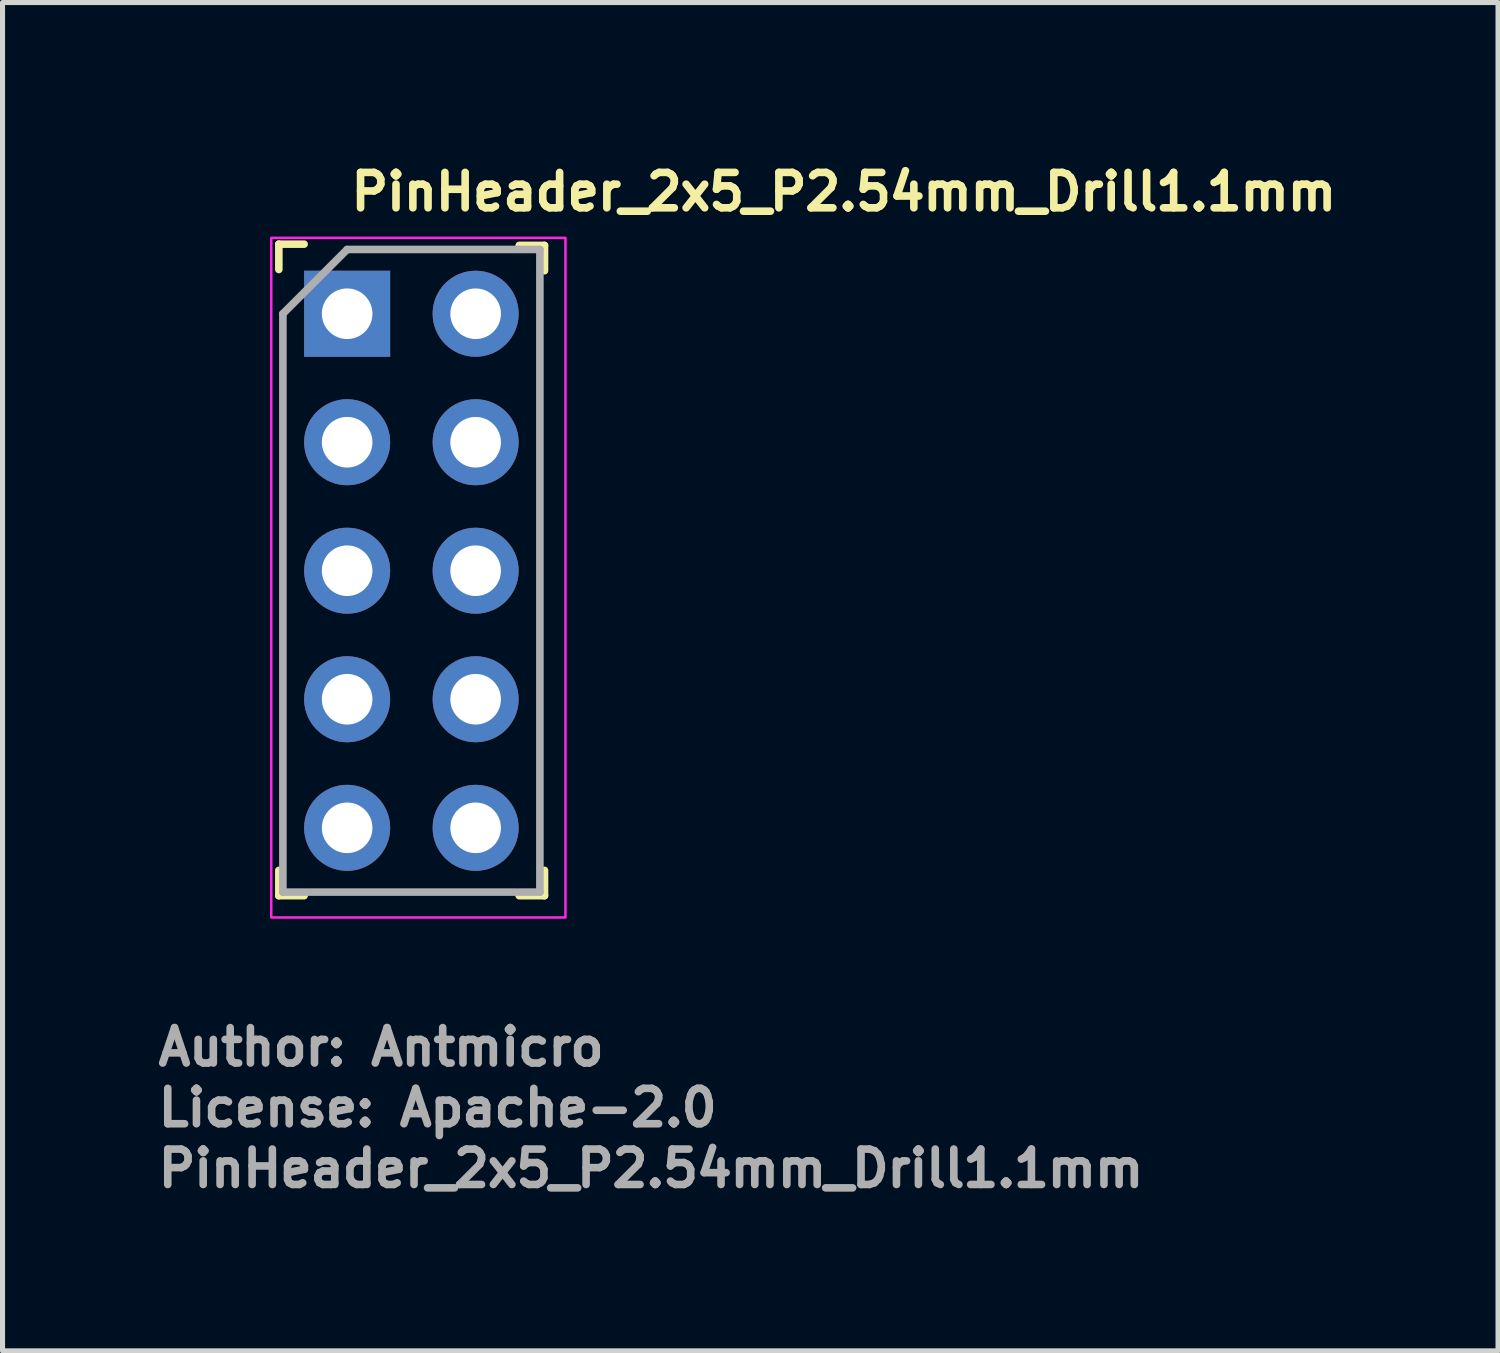
<source format=kicad_pcb>
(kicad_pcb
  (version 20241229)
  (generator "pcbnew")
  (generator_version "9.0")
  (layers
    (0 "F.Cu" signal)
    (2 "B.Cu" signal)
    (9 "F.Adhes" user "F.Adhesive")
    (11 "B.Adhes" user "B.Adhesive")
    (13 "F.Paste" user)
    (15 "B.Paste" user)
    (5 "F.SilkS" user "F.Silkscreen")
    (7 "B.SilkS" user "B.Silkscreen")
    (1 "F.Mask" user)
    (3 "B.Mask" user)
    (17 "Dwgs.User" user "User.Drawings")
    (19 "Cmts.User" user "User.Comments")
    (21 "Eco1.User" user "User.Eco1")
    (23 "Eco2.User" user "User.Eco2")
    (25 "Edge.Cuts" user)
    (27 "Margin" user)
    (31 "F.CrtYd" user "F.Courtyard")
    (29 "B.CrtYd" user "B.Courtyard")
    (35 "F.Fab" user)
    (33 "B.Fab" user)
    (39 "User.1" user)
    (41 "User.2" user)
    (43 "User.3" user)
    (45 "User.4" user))
  (footprint "PinHeader_2x5_P2.54mm_Drill1.1mm"
    (layer "F.Cu")
    (at 3.81 3.15)
    (property "Reference" "PinHeader_2x5_P2.54mm_Drill1.1mm" (at 0 -2 0) (layer "F.SilkS") (effects (font (size 0.7 0.7) (thickness 0.15)) (justify left bottom)))
    (attr through_hole)
    (fp_line (start -1.35 -1.375) (end -1.35 -0.875) (stroke (width 0.15) (type solid)) (layer "F.SilkS"))
    (fp_line (start -1.35 -1.375) (end -0.85 -1.375) (stroke (width 0.15) (type solid)) (layer "F.SilkS"))
    (fp_line (start -1.35 11.5) (end -1.35 11) (stroke (width 0.15) (type solid)) (layer "F.SilkS"))
    (fp_line (start -1.35 11.5) (end -0.85 11.5) (stroke (width 0.15) (type solid)) (layer "F.SilkS"))
    (fp_line (start 3.9 -1.35) (end 3.4 -1.35) (stroke (width 0.15) (type solid)) (layer "F.SilkS"))
    (fp_line (start 3.9 -1.35) (end 3.9 -0.85) (stroke (width 0.15) (type solid)) (layer "F.SilkS"))
    (fp_line (start 3.9 11.5) (end 3.4 11.5) (stroke (width 0.15) (type solid)) (layer "F.SilkS"))
    (fp_line (start 3.9 11.5) (end 3.9 11) (stroke (width 0.15) (type solid)) (layer "F.SilkS"))
    (fp_rect (start -1.5 -1.5) (end 4.314 11.93) (stroke (width 0.05) (type solid)) (fill no) (layer "F.CrtYd"))
    (fp_line (start -1.27 0) (end 0 -1.27) (stroke (width 0.15) (type solid)) (layer "F.Fab"))
    (fp_line (start -1.27 11.429) (end -1.27 0) (stroke (width 0.15) (type solid)) (layer "F.Fab"))
    (fp_line (start 0 -1.27) (end 3.809 -1.27) (stroke (width 0.15) (type solid)) (layer "F.Fab"))
    (fp_line (start 3.809 -1.27) (end 3.809 11.429) (stroke (width 0.15) (type solid)) (layer "F.Fab"))
    (fp_line (start 3.809 11.429) (end -1.27 11.429) (stroke (width 0.15) (type solid)) (layer "F.Fab"))
    (fp_rect (start -1.265 -1.27) (end 3.814 11.43) (stroke (width 0.1) (type solid)) (fill no) (layer "User.5"))
    (fp_line (start -1.265 -1.02) (end -1.265 1.02) (stroke (width 0.02) (type solid)) (layer "User.9"))
    (fp_line (start -1.265 -1.02) (end -0.765 -1.27) (stroke (width 0.02) (type solid)) (layer "User.9"))
    (fp_line (start -1.265 1.52) (end -1.265 3.559) (stroke (width 0.02) (type solid)) (layer "User.9"))
    (fp_line (start -1.265 1.52) (end -0.765 1.27) (stroke (width 0.02) (type solid)) (layer "User.9"))
    (fp_line (start -1.265 4.059) (end -1.265 6.099) (stroke (width 0.02) (type solid)) (layer "User.9"))
    (fp_line (start -1.265 4.059) (end -0.765 3.809) (stroke (width 0.02) (type solid)) (layer "User.9"))
    (fp_line (start -1.265 6.599) (end -1.265 8.64) (stroke (width 0.02) (type solid)) (layer "User.9"))
    (fp_line (start -1.265 6.599) (end -0.765 6.349) (stroke (width 0.02) (type solid)) (layer "User.9"))
    (fp_line (start -1.265 9.14) (end -1.265 11.18) (stroke (width 0.02) (type solid)) (layer "User.9"))
    (fp_line (start -1.265 9.14) (end -0.765 8.89) (stroke (width 0.02) (type solid)) (layer "User.9"))
    (fp_line (start -0.765 1.27) (end -1.265 1.02) (stroke (width 0.02) (type solid)) (layer "User.9"))
    (fp_line (start -0.765 3.809) (end -1.265 3.559) (stroke (width 0.02) (type solid)) (layer "User.9"))
    (fp_line (start -0.765 6.349) (end -1.265 6.099) (stroke (width 0.02) (type solid)) (layer "User.9"))
    (fp_line (start -0.765 8.89) (end -1.265 8.64) (stroke (width 0.02) (type solid)) (layer "User.9"))
    (fp_line (start -0.765 11.43) (end -1.265 11.18) (stroke (width 0.02) (type solid)) (layer "User.9"))
    (fp_line (start -0.315 -0.32) (end 0.323 -0.32) (stroke (width 0.02) (type solid)) (layer "User.9"))
    (fp_line (start -0.315 0.321) (end -0.315 -0.32) (stroke (width 0.02) (type solid)) (layer "User.9"))
    (fp_line (start -0.315 0.321) (end -0.116 0.119) (stroke (width 0.02) (type solid)) (layer "User.9"))
    (fp_line (start -0.315 2.22) (end 0.323 2.22) (stroke (width 0.02) (type solid)) (layer "User.9"))
    (fp_line (start -0.315 2.858) (end -0.315 2.22) (stroke (width 0.02) (type solid)) (layer "User.9"))
    (fp_line (start -0.315 2.858) (end -0.116 2.66) (stroke (width 0.02) (type solid)) (layer "User.9"))
    (fp_line (start -0.315 4.76) (end 0.323 4.76) (stroke (width 0.02) (type solid)) (layer "User.9"))
    (fp_line (start -0.315 5.401) (end -0.315 4.76) (stroke (width 0.02) (type solid)) (layer "User.9"))
    (fp_line (start -0.315 5.401) (end -0.116 5.2) (stroke (width 0.02) (type solid)) (layer "User.9"))
    (fp_line (start -0.315 7.3) (end 0.323 7.3) (stroke (width 0.02) (type solid)) (layer "User.9"))
    (fp_line (start -0.315 7.941) (end -0.315 7.3) (stroke (width 0.02) (type solid)) (layer "User.9"))
    (fp_line (start -0.315 7.941) (end -0.116 7.74) (stroke (width 0.02) (type solid)) (layer "User.9"))
    (fp_line (start -0.315 9.839) (end 0.323 9.839) (stroke (width 0.02) (type solid)) (layer "User.9"))
    (fp_line (start -0.315 10.48) (end -0.315 9.839) (stroke (width 0.02) (type solid)) (layer "User.9"))
    (fp_line (start -0.315 10.48) (end -0.116 10.278) (stroke (width 0.02) (type solid)) (layer "User.9"))
    (fp_line (start -0.116 -0.119) (end -0.315 -0.32) (stroke (width 0.02) (type solid)) (layer "User.9"))
    (fp_line (start -0.116 -0.119) (end -0.116 0.119) (stroke (width 0.02) (type solid)) (layer "User.9"))
    (fp_line (start -0.116 0.119) (end 0.125 0.119) (stroke (width 0.02) (type solid)) (layer "User.9"))
    (fp_line (start -0.116 2.418) (end -0.315 2.22) (stroke (width 0.02) (type solid)) (layer "User.9"))
    (fp_line (start -0.116 2.418) (end -0.116 2.66) (stroke (width 0.02) (type solid)) (layer "User.9"))
    (fp_line (start -0.116 2.66) (end 0.125 2.66) (stroke (width 0.02) (type solid)) (layer "User.9"))
    (fp_line (start -0.116 4.96) (end -0.315 4.76) (stroke (width 0.02) (type solid)) (layer "User.9"))
    (fp_line (start -0.116 4.96) (end -0.116 5.2) (stroke (width 0.02) (type solid)) (layer "User.9"))
    (fp_line (start -0.116 5.2) (end 0.125 5.2) (stroke (width 0.02) (type solid)) (layer "User.9"))
    (fp_line (start -0.116 7.5) (end -0.315 7.3) (stroke (width 0.02) (type solid)) (layer "User.9"))
    (fp_line (start -0.116 7.5) (end -0.116 7.74) (stroke (width 0.02) (type solid)) (layer "User.9"))
    (fp_line (start -0.116 7.74) (end 0.125 7.74) (stroke (width 0.02) (type solid)) (layer "User.9"))
    (fp_line (start -0.116 10.039) (end -0.315 9.839) (stroke (width 0.02) (type solid)) (layer "User.9"))
    (fp_line (start -0.116 10.039) (end -0.116 10.278) (stroke (width 0.02) (type solid)) (layer "User.9"))
    (fp_line (start -0.116 10.278) (end 0.125 10.278) (stroke (width 0.02) (type solid)) (layer "User.9"))
    (fp_line (start 0.125 -0.119) (end -0.116 -0.119) (stroke (width 0.02) (type solid)) (layer "User.9"))
    (fp_line (start 0.125 -0.119) (end 0.323 -0.32) (stroke (width 0.02) (type solid)) (layer "User.9"))
    (fp_line (start 0.125 0.119) (end 0.125 -0.119) (stroke (width 0.02) (type solid)) (layer "User.9"))
    (fp_line (start 0.125 0.119) (end 0.323 0.321) (stroke (width 0.02) (type solid)) (layer "User.9"))
    (fp_line (start 0.125 2.418) (end -0.116 2.418) (stroke (width 0.02) (type solid)) (layer "User.9"))
    (fp_line (start 0.125 2.418) (end 0.323 2.22) (stroke (width 0.02) (type solid)) (layer "User.9"))
    (fp_line (start 0.125 2.66) (end 0.125 2.418) (stroke (width 0.02) (type solid)) (layer "User.9"))
    (fp_line (start 0.125 2.66) (end 0.323 2.858) (stroke (width 0.02) (type solid)) (layer "User.9"))
    (fp_line (start 0.125 4.96) (end -0.116 4.96) (stroke (width 0.02) (type solid)) (layer "User.9"))
    (fp_line (start 0.125 4.96) (end 0.323 4.76) (stroke (width 0.02) (type solid)) (layer "User.9"))
    (fp_line (start 0.125 5.2) (end 0.125 4.96) (stroke (width 0.02) (type solid)) (layer "User.9"))
    (fp_line (start 0.125 5.2) (end 0.323 5.401) (stroke (width 0.02) (type solid)) (layer "User.9"))
    (fp_line (start 0.125 7.5) (end -0.116 7.5) (stroke (width 0.02) (type solid)) (layer "User.9"))
    (fp_line (start 0.125 7.5) (end 0.323 7.3) (stroke (width 0.02) (type solid)) (layer "User.9"))
    (fp_line (start 0.125 7.74) (end 0.125 7.5) (stroke (width 0.02) (type solid)) (layer "User.9"))
    (fp_line (start 0.125 7.74) (end 0.323 7.941) (stroke (width 0.02) (type solid)) (layer "User.9"))
    (fp_line (start 0.125 10.039) (end -0.116 10.039) (stroke (width 0.02) (type solid)) (layer "User.9"))
    (fp_line (start 0.125 10.039) (end 0.323 9.839) (stroke (width 0.02) (type solid)) (layer "User.9"))
    (fp_line (start 0.125 10.278) (end 0.125 10.039) (stroke (width 0.02) (type solid)) (layer "User.9"))
    (fp_line (start 0.125 10.278) (end 0.323 10.48) (stroke (width 0.02) (type solid)) (layer "User.9"))
    (fp_line (start 0.323 -0.32) (end 0.323 0.321) (stroke (width 0.02) (type solid)) (layer "User.9"))
    (fp_line (start 0.323 0.321) (end -0.315 0.321) (stroke (width 0.02) (type solid)) (layer "User.9"))
    (fp_line (start 0.323 2.22) (end 0.323 2.858) (stroke (width 0.02) (type solid)) (layer "User.9"))
    (fp_line (start 0.323 2.858) (end -0.315 2.858) (stroke (width 0.02) (type solid)) (layer "User.9"))
    (fp_line (start 0.323 4.76) (end 0.323 5.401) (stroke (width 0.02) (type solid)) (layer "User.9"))
    (fp_line (start 0.323 5.401) (end -0.315 5.401) (stroke (width 0.02) (type solid)) (layer "User.9"))
    (fp_line (start 0.323 7.3) (end 0.323 7.941) (stroke (width 0.02) (type solid)) (layer "User.9"))
    (fp_line (start 0.323 7.941) (end -0.315 7.941) (stroke (width 0.02) (type solid)) (layer "User.9"))
    (fp_line (start 0.323 9.839) (end 0.323 10.48) (stroke (width 0.02) (type solid)) (layer "User.9"))
    (fp_line (start 0.323 10.48) (end -0.315 10.48) (stroke (width 0.02) (type solid)) (layer "User.9"))
    (fp_line (start 2.225 -0.32) (end 2.865 -0.32) (stroke (width 0.02) (type solid)) (layer "User.9"))
    (fp_line (start 2.225 0.321) (end 2.225 -0.32) (stroke (width 0.02) (type solid)) (layer "User.9"))
    (fp_line (start 2.225 0.321) (end 2.425 0.119) (stroke (width 0.02) (type solid)) (layer "User.9"))
    (fp_line (start 2.225 2.22) (end 2.865 2.22) (stroke (width 0.02) (type solid)) (layer "User.9"))
    (fp_line (start 2.225 2.858) (end 2.225 2.22) (stroke (width 0.02) (type solid)) (layer "User.9"))
    (fp_line (start 2.225 2.858) (end 2.425 2.66) (stroke (width 0.02) (type solid)) (layer "User.9"))
    (fp_line (start 2.225 4.76) (end 2.865 4.76) (stroke (width 0.02) (type solid)) (layer "User.9"))
    (fp_line (start 2.225 5.401) (end 2.225 4.76) (stroke (width 0.02) (type solid)) (layer "User.9"))
    (fp_line (start 2.225 5.401) (end 2.425 5.2) (stroke (width 0.02) (type solid)) (layer "User.9"))
    (fp_line (start 2.225 7.3) (end 2.865 7.3) (stroke (width 0.02) (type solid)) (layer "User.9"))
    (fp_line (start 2.225 7.941) (end 2.225 7.3) (stroke (width 0.02) (type solid)) (layer "User.9"))
    (fp_line (start 2.225 7.941) (end 2.425 7.74) (stroke (width 0.02) (type solid)) (layer "User.9"))
    (fp_line (start 2.225 9.839) (end 2.865 9.839) (stroke (width 0.02) (type solid)) (layer "User.9"))
    (fp_line (start 2.225 10.48) (end 2.225 9.839) (stroke (width 0.02) (type solid)) (layer "User.9"))
    (fp_line (start 2.225 10.48) (end 2.425 10.278) (stroke (width 0.02) (type solid)) (layer "User.9"))
    (fp_line (start 2.425 -0.119) (end 2.225 -0.32) (stroke (width 0.02) (type solid)) (layer "User.9"))
    (fp_line (start 2.425 -0.119) (end 2.425 0.119) (stroke (width 0.02) (type solid)) (layer "User.9"))
    (fp_line (start 2.425 0.119) (end 2.664 0.119) (stroke (width 0.02) (type solid)) (layer "User.9"))
    (fp_line (start 2.425 2.418) (end 2.225 2.22) (stroke (width 0.02) (type solid)) (layer "User.9"))
    (fp_line (start 2.425 2.418) (end 2.425 2.66) (stroke (width 0.02) (type solid)) (layer "User.9"))
    (fp_line (start 2.425 2.66) (end 2.664 2.66) (stroke (width 0.02) (type solid)) (layer "User.9"))
    (fp_line (start 2.425 4.96) (end 2.225 4.76) (stroke (width 0.02) (type solid)) (layer "User.9"))
    (fp_line (start 2.425 4.96) (end 2.425 5.2) (stroke (width 0.02) (type solid)) (layer "User.9"))
    (fp_line (start 2.425 5.2) (end 2.664 5.2) (stroke (width 0.02) (type solid)) (layer "User.9"))
    (fp_line (start 2.425 7.5) (end 2.225 7.3) (stroke (width 0.02) (type solid)) (layer "User.9"))
    (fp_line (start 2.425 7.5) (end 2.425 7.74) (stroke (width 0.02) (type solid)) (layer "User.9"))
    (fp_line (start 2.425 7.74) (end 2.664 7.74) (stroke (width 0.02) (type solid)) (layer "User.9"))
    (fp_line (start 2.425 10.039) (end 2.225 9.839) (stroke (width 0.02) (type solid)) (layer "User.9"))
    (fp_line (start 2.425 10.039) (end 2.425 10.278) (stroke (width 0.02) (type solid)) (layer "User.9"))
    (fp_line (start 2.425 10.278) (end 2.664 10.278) (stroke (width 0.02) (type solid)) (layer "User.9"))
    (fp_line (start 2.664 -0.119) (end 2.425 -0.119) (stroke (width 0.02) (type solid)) (layer "User.9"))
    (fp_line (start 2.664 -0.119) (end 2.865 -0.32) (stroke (width 0.02) (type solid)) (layer "User.9"))
    (fp_line (start 2.664 0.119) (end 2.664 -0.119) (stroke (width 0.02) (type solid)) (layer "User.9"))
    (fp_line (start 2.664 0.119) (end 2.865 0.321) (stroke (width 0.02) (type solid)) (layer "User.9"))
    (fp_line (start 2.664 2.418) (end 2.425 2.418) (stroke (width 0.02) (type solid)) (layer "User.9"))
    (fp_line (start 2.664 2.418) (end 2.865 2.22) (stroke (width 0.02) (type solid)) (layer "User.9"))
    (fp_line (start 2.664 2.66) (end 2.664 2.418) (stroke (width 0.02) (type solid)) (layer "User.9"))
    (fp_line (start 2.664 2.66) (end 2.865 2.858) (stroke (width 0.02) (type solid)) (layer "User.9"))
    (fp_line (start 2.664 4.96) (end 2.425 4.96) (stroke (width 0.02) (type solid)) (layer "User.9"))
    (fp_line (start 2.664 4.96) (end 2.865 4.76) (stroke (width 0.02) (type solid)) (layer "User.9"))
    (fp_line (start 2.664 5.2) (end 2.664 4.96) (stroke (width 0.02) (type solid)) (layer "User.9"))
    (fp_line (start 2.664 5.2) (end 2.865 5.401) (stroke (width 0.02) (type solid)) (layer "User.9"))
    (fp_line (start 2.664 7.5) (end 2.425 7.5) (stroke (width 0.02) (type solid)) (layer "User.9"))
    (fp_line (start 2.664 7.5) (end 2.865 7.3) (stroke (width 0.02) (type solid)) (layer "User.9"))
    (fp_line (start 2.664 7.74) (end 2.664 7.5) (stroke (width 0.02) (type solid)) (layer "User.9"))
    (fp_line (start 2.664 7.74) (end 2.865 7.941) (stroke (width 0.02) (type solid)) (layer "User.9"))
    (fp_line (start 2.664 10.039) (end 2.425 10.039) (stroke (width 0.02) (type solid)) (layer "User.9"))
    (fp_line (start 2.664 10.039) (end 2.865 9.839) (stroke (width 0.02) (type solid)) (layer "User.9"))
    (fp_line (start 2.664 10.278) (end 2.664 10.039) (stroke (width 0.02) (type solid)) (layer "User.9"))
    (fp_line (start 2.664 10.278) (end 2.865 10.48) (stroke (width 0.02) (type solid)) (layer "User.9"))
    (fp_line (start 2.865 -0.32) (end 2.865 0.321) (stroke (width 0.02) (type solid)) (layer "User.9"))
    (fp_line (start 2.865 0.321) (end 2.225 0.321) (stroke (width 0.02) (type solid)) (layer "User.9"))
    (fp_line (start 2.865 2.22) (end 2.865 2.858) (stroke (width 0.02) (type solid)) (layer "User.9"))
    (fp_line (start 2.865 2.858) (end 2.225 2.858) (stroke (width 0.02) (type solid)) (layer "User.9"))
    (fp_line (start 2.865 4.76) (end 2.865 5.401) (stroke (width 0.02) (type solid)) (layer "User.9"))
    (fp_line (start 2.865 5.401) (end 2.225 5.401) (stroke (width 0.02) (type solid)) (layer "User.9"))
    (fp_line (start 2.865 7.3) (end 2.865 7.941) (stroke (width 0.02) (type solid)) (layer "User.9"))
    (fp_line (start 2.865 7.941) (end 2.225 7.941) (stroke (width 0.02) (type solid)) (layer "User.9"))
    (fp_line (start 2.865 9.839) (end 2.865 10.48) (stroke (width 0.02) (type solid)) (layer "User.9"))
    (fp_line (start 2.865 10.48) (end 2.225 10.48) (stroke (width 0.02) (type solid)) (layer "User.9"))
    (fp_line (start 3.315 -1.27) (end -0.765 -1.27) (stroke (width 0.02) (type solid)) (layer "User.9"))
    (fp_line (start 3.315 1.27) (end 3.814 1.02) (stroke (width 0.02) (type solid)) (layer "User.9"))
    (fp_line (start 3.315 3.809) (end 3.814 3.559) (stroke (width 0.02) (type solid)) (layer "User.9"))
    (fp_line (start 3.315 6.349) (end 3.814 6.099) (stroke (width 0.02) (type solid)) (layer "User.9"))
    (fp_line (start 3.315 8.89) (end 3.814 8.64) (stroke (width 0.02) (type solid)) (layer "User.9"))
    (fp_line (start 3.315 11.43) (end -0.765 11.43) (stroke (width 0.02) (type solid)) (layer "User.9"))
    (fp_line (start 3.315 11.43) (end 3.814 11.18) (stroke (width 0.02) (type solid)) (layer "User.9"))
    (fp_line (start 3.814 -1.02) (end 3.315 -1.27) (stroke (width 0.02) (type solid)) (layer "User.9"))
    (fp_line (start 3.814 -1.02) (end 3.814 1.02) (stroke (width 0.02) (type solid)) (layer "User.9"))
    (fp_line (start 3.814 1.52) (end 3.315 1.27) (stroke (width 0.02) (type solid)) (layer "User.9"))
    (fp_line (start 3.814 1.52) (end 3.814 3.559) (stroke (width 0.02) (type solid)) (layer "User.9"))
    (fp_line (start 3.814 4.059) (end 3.315 3.809) (stroke (width 0.02) (type solid)) (layer "User.9"))
    (fp_line (start 3.814 4.059) (end 3.814 6.099) (stroke (width 0.02) (type solid)) (layer "User.9"))
    (fp_line (start 3.814 6.599) (end 3.315 6.349) (stroke (width 0.02) (type solid)) (layer "User.9"))
    (fp_line (start 3.814 6.599) (end 3.814 8.64) (stroke (width 0.02) (type solid)) (layer "User.9"))
    (fp_line (start 3.814 9.14) (end 3.315 8.89) (stroke (width 0.02) (type solid)) (layer "User.9"))
    (fp_line (start 3.814 9.14) (end 3.814 11.18) (stroke (width 0.02) (type solid)) (layer "User.9"))
    (fp_text user "License: Apache-2.0" (at -3.81 16.1 0) (layer "F.Fab") (effects (font (size 0.7 0.7) (thickness 0.15)) (justify left bottom)))
    (fp_text user "${REFERENCE}" (at -3.81 17.3 0) (layer "F.Fab") (effects (font (size 0.7 0.7) (thickness 0.15)) (justify left bottom)))
    (fp_text user "Author: Antmicro" (at -3.81 14.9 0) (layer "F.Fab") (effects (font (size 0.7 0.7) (thickness 0.15)) (justify left bottom)))
    (pad "1" thru_hole rect (at 0 0) (size 1.7 1.7) (drill 1) (layers "*.Cu" "*.Mask"))
    (pad "2" thru_hole oval (at 2.539 0) (size 1.7 1.7) (drill 1) (layers "*.Cu" "*.Mask"))
    (pad "3" thru_hole oval (at 0 2.539) (size 1.7 1.7) (drill 1) (layers "*.Cu" "*.Mask"))
    (pad "4" thru_hole oval (at 2.539 2.539) (size 1.7 1.7) (drill 1) (layers "*.Cu" "*.Mask"))
    (pad "5" thru_hole oval (at 0 5.078) (size 1.7 1.7) (drill 1) (layers "*.Cu" "*.Mask"))
    (pad "6" thru_hole oval (at 2.539 5.078) (size 1.7 1.7) (drill 1) (layers "*.Cu" "*.Mask"))
    (pad "7" thru_hole oval (at 0 7.618) (size 1.7 1.7) (drill 1) (layers "*.Cu" "*.Mask"))
    (pad "8" thru_hole oval (at 2.539 7.618) (size 1.7 1.7) (drill 1) (layers "*.Cu" "*.Mask"))
    (pad "9" thru_hole oval (at 0 10.159) (size 1.7 1.7) (drill 1) (layers "*.Cu" "*.Mask"))
    (pad "10" thru_hole oval (at 2.539 10.159) (size 1.7 1.7) (drill 1) (layers "*.Cu" "*.Mask")))
  (gr_rect
    (start -3 -3)
    (end 26.553 23.645)
    (stroke (width 0.1) (type default))
    (fill no)
    (layer "Edge.Cuts")))
</source>
